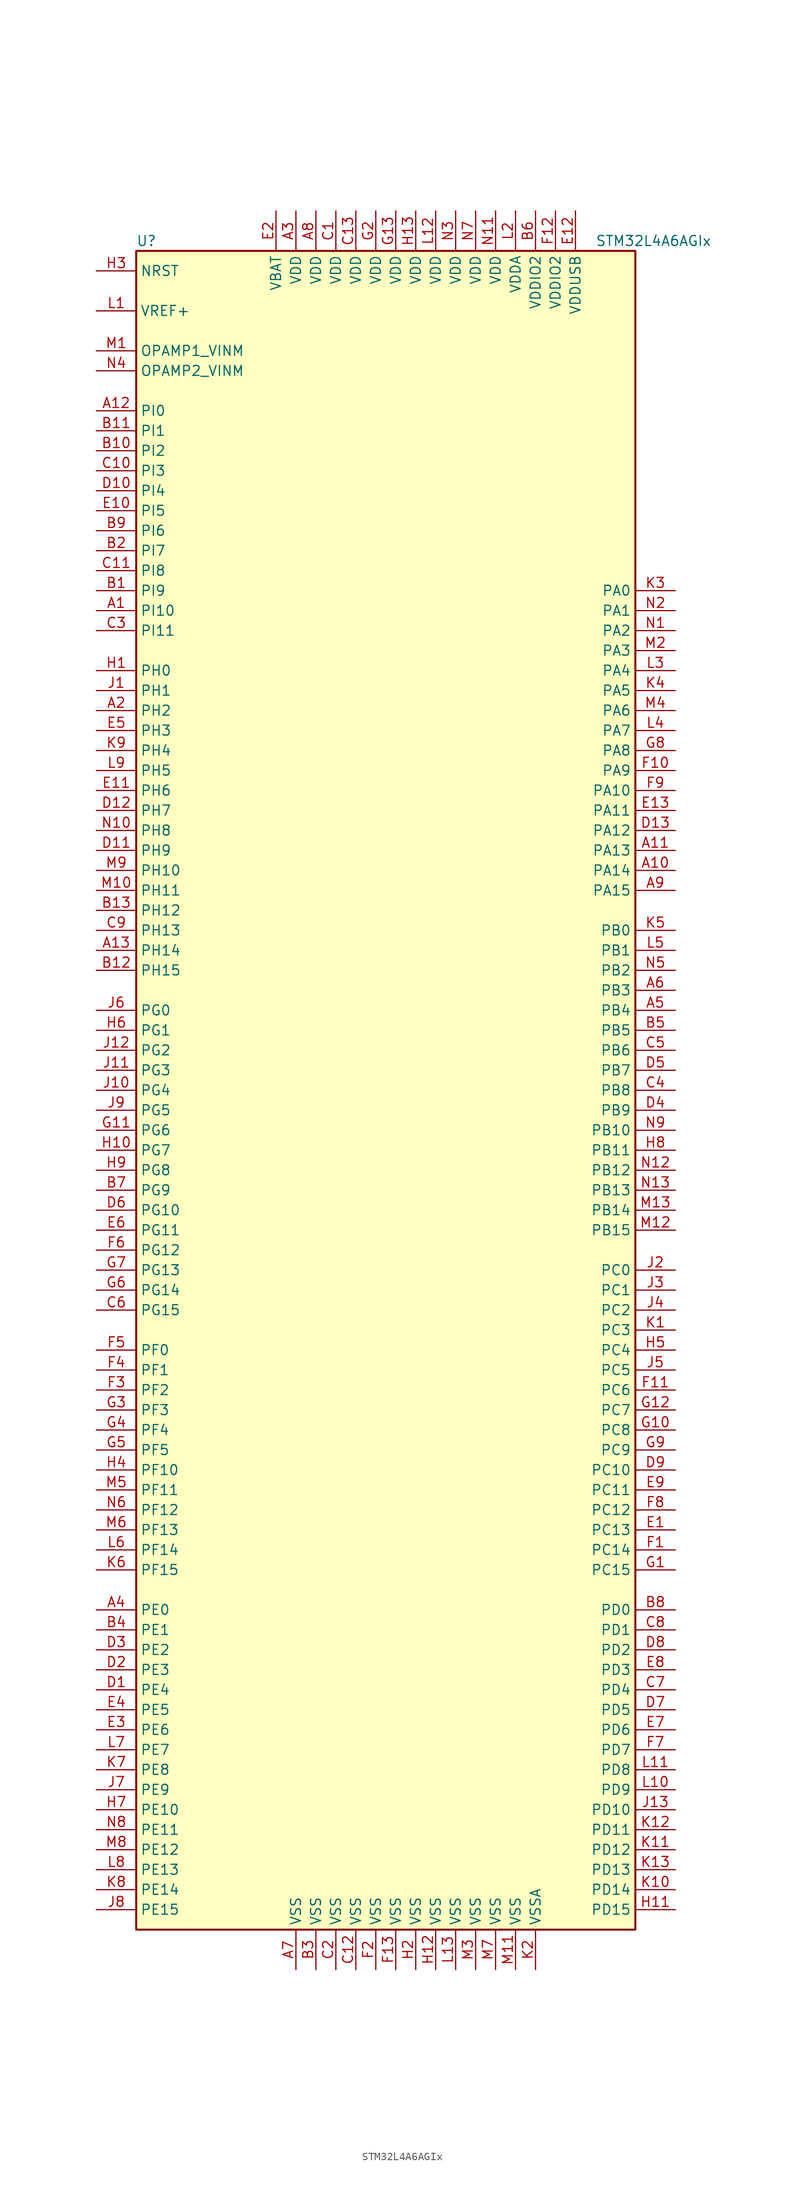
<source format=kicad_sym>
(kicad_symbol_lib
  (version 20201005)
  (generator kicad_symbol_editor)
  (symbol "MCU_ST_STM32L4:STM32L4A6AGIx"
    (property "Reference" "U"
      (at -33.02 107.95 0)
      (effects (font (size 1.27 1.27)) (justify left)))
    (property "Value" "STM32L4A6AGIx"
      (at 25.4 107.95 0)
      (effects (font (size 1.27 1.27)) (justify left)))
    (symbol "STM32L4A6AGIx_0_1"
      (rectangle (start -33.02 -106.68) (end 30.48 106.68) (stroke (width 0.254)) (fill (type background))))
    (symbol "STM32L4A6AGIx_1_1"
      (pin bidirectional line (at -38.1 60.96 0) (length 5.08) (name "PI10" (effects (font (size 1.27 1.27)))) (number "A1" (effects (font (size 1.27 1.27)))))
      (pin bidirectional line (at 35.56 27.94 180) (length 5.08) (name "PA14" (effects (font (size 1.27 1.27)))) (number "A10" (effects (font (size 1.27 1.27)))))
      (pin bidirectional line (at 35.56 30.48 180) (length 5.08) (name "PA13" (effects (font (size 1.27 1.27)))) (number "A11" (effects (font (size 1.27 1.27)))))
      (pin bidirectional line (at -38.1 86.36 0) (length 5.08) (name "PI0" (effects (font (size 1.27 1.27)))) (number "A12" (effects (font (size 1.27 1.27)))))
      (pin bidirectional line (at -38.1 17.78 0) (length 5.08) (name "PH14" (effects (font (size 1.27 1.27)))) (number "A13" (effects (font (size 1.27 1.27)))))
      (pin bidirectional line (at -38.1 48.26 0) (length 5.08) (name "PH2" (effects (font (size 1.27 1.27)))) (number "A2" (effects (font (size 1.27 1.27)))))
      (pin power_in line (at -12.7 111.76 270) (length 5.08) (name "VDD" (effects (font (size 1.27 1.27)))) (number "A3" (effects (font (size 1.27 1.27)))))
      (pin bidirectional line (at -38.1 -66.04 0) (length 5.08) (name "PE0" (effects (font (size 1.27 1.27)))) (number "A4" (effects (font (size 1.27 1.27)))))
      (pin bidirectional line (at 35.56 10.16 180) (length 5.08) (name "PB4" (effects (font (size 1.27 1.27)))) (number "A5" (effects (font (size 1.27 1.27)))))
      (pin bidirectional line (at 35.56 12.7 180) (length 5.08) (name "PB3" (effects (font (size 1.27 1.27)))) (number "A6" (effects (font (size 1.27 1.27)))))
      (pin power_in line (at -12.7 -111.76 90) (length 5.08) (name "VSS" (effects (font (size 1.27 1.27)))) (number "A7" (effects (font (size 1.27 1.27)))))
      (pin power_in line (at -10.16 111.76 270) (length 5.08) (name "VDD" (effects (font (size 1.27 1.27)))) (number "A8" (effects (font (size 1.27 1.27)))))
      (pin bidirectional line (at 35.56 25.4 180) (length 5.08) (name "PA15" (effects (font (size 1.27 1.27)))) (number "A9" (effects (font (size 1.27 1.27)))))
      (pin bidirectional line (at -38.1 63.5 0) (length 5.08) (name "PI9" (effects (font (size 1.27 1.27)))) (number "B1" (effects (font (size 1.27 1.27)))))
      (pin bidirectional line (at -38.1 81.28 0) (length 5.08) (name "PI2" (effects (font (size 1.27 1.27)))) (number "B10" (effects (font (size 1.27 1.27)))))
      (pin bidirectional line (at -38.1 83.82 0) (length 5.08) (name "PI1" (effects (font (size 1.27 1.27)))) (number "B11" (effects (font (size 1.27 1.27)))))
      (pin bidirectional line (at -38.1 15.24 0) (length 5.08) (name "PH15" (effects (font (size 1.27 1.27)))) (number "B12" (effects (font (size 1.27 1.27)))))
      (pin bidirectional line (at -38.1 22.86 0) (length 5.08) (name "PH12" (effects (font (size 1.27 1.27)))) (number "B13" (effects (font (size 1.27 1.27)))))
      (pin bidirectional line (at -38.1 68.58 0) (length 5.08) (name "PI7" (effects (font (size 1.27 1.27)))) (number "B2" (effects (font (size 1.27 1.27)))))
      (pin power_in line (at -10.16 -111.76 90) (length 5.08) (name "VSS" (effects (font (size 1.27 1.27)))) (number "B3" (effects (font (size 1.27 1.27)))))
      (pin bidirectional line (at -38.1 -68.58 0) (length 5.08) (name "PE1" (effects (font (size 1.27 1.27)))) (number "B4" (effects (font (size 1.27 1.27)))))
      (pin bidirectional line (at 35.56 7.62 180) (length 5.08) (name "PB5" (effects (font (size 1.27 1.27)))) (number "B5" (effects (font (size 1.27 1.27)))))
      (pin power_in line (at 17.78 111.76 270) (length 5.08) (name "VDDIO2" (effects (font (size 1.27 1.27)))) (number "B6" (effects (font (size 1.27 1.27)))))
      (pin bidirectional line (at -38.1 -12.7 0) (length 5.08) (name "PG9" (effects (font (size 1.27 1.27)))) (number "B7" (effects (font (size 1.27 1.27)))))
      (pin bidirectional line (at 35.56 -66.04 180) (length 5.08) (name "PD0" (effects (font (size 1.27 1.27)))) (number "B8" (effects (font (size 1.27 1.27)))))
      (pin bidirectional line (at -38.1 71.12 0) (length 5.08) (name "PI6" (effects (font (size 1.27 1.27)))) (number "B9" (effects (font (size 1.27 1.27)))))
      (pin power_in line (at -7.62 111.76 270) (length 5.08) (name "VDD" (effects (font (size 1.27 1.27)))) (number "C1" (effects (font (size 1.27 1.27)))))
      (pin bidirectional line (at -38.1 78.74 0) (length 5.08) (name "PI3" (effects (font (size 1.27 1.27)))) (number "C10" (effects (font (size 1.27 1.27)))))
      (pin bidirectional line (at -38.1 66.04 0) (length 5.08) (name "PI8" (effects (font (size 1.27 1.27)))) (number "C11" (effects (font (size 1.27 1.27)))))
      (pin power_in line (at -5.08 -111.76 90) (length 5.08) (name "VSS" (effects (font (size 1.27 1.27)))) (number "C12" (effects (font (size 1.27 1.27)))))
      (pin power_in line (at -5.08 111.76 270) (length 5.08) (name "VDD" (effects (font (size 1.27 1.27)))) (number "C13" (effects (font (size 1.27 1.27)))))
      (pin power_in line (at -7.62 -111.76 90) (length 5.08) (name "VSS" (effects (font (size 1.27 1.27)))) (number "C2" (effects (font (size 1.27 1.27)))))
      (pin bidirectional line (at -38.1 58.42 0) (length 5.08) (name "PI11" (effects (font (size 1.27 1.27)))) (number "C3" (effects (font (size 1.27 1.27)))))
      (pin bidirectional line (at 35.56 0 180) (length 5.08) (name "PB8" (effects (font (size 1.27 1.27)))) (number "C4" (effects (font (size 1.27 1.27)))))
      (pin bidirectional line (at 35.56 5.08 180) (length 5.08) (name "PB6" (effects (font (size 1.27 1.27)))) (number "C5" (effects (font (size 1.27 1.27)))))
      (pin bidirectional line (at -38.1 -27.94 0) (length 5.08) (name "PG15" (effects (font (size 1.27 1.27)))) (number "C6" (effects (font (size 1.27 1.27)))))
      (pin bidirectional line (at 35.56 -76.2 180) (length 5.08) (name "PD4" (effects (font (size 1.27 1.27)))) (number "C7" (effects (font (size 1.27 1.27)))))
      (pin bidirectional line (at 35.56 -68.58 180) (length 5.08) (name "PD1" (effects (font (size 1.27 1.27)))) (number "C8" (effects (font (size 1.27 1.27)))))
      (pin bidirectional line (at -38.1 20.32 0) (length 5.08) (name "PH13" (effects (font (size 1.27 1.27)))) (number "C9" (effects (font (size 1.27 1.27)))))
      (pin bidirectional line (at -38.1 -76.2 0) (length 5.08) (name "PE4" (effects (font (size 1.27 1.27)))) (number "D1" (effects (font (size 1.27 1.27)))))
      (pin bidirectional line (at -38.1 76.2 0) (length 5.08) (name "PI4" (effects (font (size 1.27 1.27)))) (number "D10" (effects (font (size 1.27 1.27)))))
      (pin bidirectional line (at -38.1 30.48 0) (length 5.08) (name "PH9" (effects (font (size 1.27 1.27)))) (number "D11" (effects (font (size 1.27 1.27)))))
      (pin bidirectional line (at -38.1 35.56 0) (length 5.08) (name "PH7" (effects (font (size 1.27 1.27)))) (number "D12" (effects (font (size 1.27 1.27)))))
      (pin bidirectional line (at 35.56 33.02 180) (length 5.08) (name "PA12" (effects (font (size 1.27 1.27)))) (number "D13" (effects (font (size 1.27 1.27)))))
      (pin bidirectional line (at -38.1 -73.66 0) (length 5.08) (name "PE3" (effects (font (size 1.27 1.27)))) (number "D2" (effects (font (size 1.27 1.27)))))
      (pin bidirectional line (at -38.1 -71.12 0) (length 5.08) (name "PE2" (effects (font (size 1.27 1.27)))) (number "D3" (effects (font (size 1.27 1.27)))))
      (pin bidirectional line (at 35.56 -2.54 180) (length 5.08) (name "PB9" (effects (font (size 1.27 1.27)))) (number "D4" (effects (font (size 1.27 1.27)))))
      (pin bidirectional line (at 35.56 2.54 180) (length 5.08) (name "PB7" (effects (font (size 1.27 1.27)))) (number "D5" (effects (font (size 1.27 1.27)))))
      (pin bidirectional line (at -38.1 -15.24 0) (length 5.08) (name "PG10" (effects (font (size 1.27 1.27)))) (number "D6" (effects (font (size 1.27 1.27)))))
      (pin bidirectional line (at 35.56 -78.74 180) (length 5.08) (name "PD5" (effects (font (size 1.27 1.27)))) (number "D7" (effects (font (size 1.27 1.27)))))
      (pin bidirectional line (at 35.56 -71.12 180) (length 5.08) (name "PD2" (effects (font (size 1.27 1.27)))) (number "D8" (effects (font (size 1.27 1.27)))))
      (pin bidirectional line (at 35.56 -48.26 180) (length 5.08) (name "PC10" (effects (font (size 1.27 1.27)))) (number "D9" (effects (font (size 1.27 1.27)))))
      (pin bidirectional line (at 35.56 -55.88 180) (length 5.08) (name "PC13" (effects (font (size 1.27 1.27)))) (number "E1" (effects (font (size 1.27 1.27)))))
      (pin bidirectional line (at -38.1 73.66 0) (length 5.08) (name "PI5" (effects (font (size 1.27 1.27)))) (number "E10" (effects (font (size 1.27 1.27)))))
      (pin bidirectional line (at -38.1 38.1 0) (length 5.08) (name "PH6" (effects (font (size 1.27 1.27)))) (number "E11" (effects (font (size 1.27 1.27)))))
      (pin power_in line (at 22.86 111.76 270) (length 5.08) (name "VDDUSB" (effects (font (size 1.27 1.27)))) (number "E12" (effects (font (size 1.27 1.27)))))
      (pin bidirectional line (at 35.56 35.56 180) (length 5.08) (name "PA11" (effects (font (size 1.27 1.27)))) (number "E13" (effects (font (size 1.27 1.27)))))
      (pin power_in line (at -15.24 111.76 270) (length 5.08) (name "VBAT" (effects (font (size 1.27 1.27)))) (number "E2" (effects (font (size 1.27 1.27)))))
      (pin bidirectional line (at -38.1 -81.28 0) (length 5.08) (name "PE6" (effects (font (size 1.27 1.27)))) (number "E3" (effects (font (size 1.27 1.27)))))
      (pin bidirectional line (at -38.1 -78.74 0) (length 5.08) (name "PE5" (effects (font (size 1.27 1.27)))) (number "E4" (effects (font (size 1.27 1.27)))))
      (pin bidirectional line (at -38.1 45.72 0) (length 5.08) (name "PH3" (effects (font (size 1.27 1.27)))) (number "E5" (effects (font (size 1.27 1.27)))))
      (pin bidirectional line (at -38.1 -17.78 0) (length 5.08) (name "PG11" (effects (font (size 1.27 1.27)))) (number "E6" (effects (font (size 1.27 1.27)))))
      (pin bidirectional line (at 35.56 -81.28 180) (length 5.08) (name "PD6" (effects (font (size 1.27 1.27)))) (number "E7" (effects (font (size 1.27 1.27)))))
      (pin bidirectional line (at 35.56 -73.66 180) (length 5.08) (name "PD3" (effects (font (size 1.27 1.27)))) (number "E8" (effects (font (size 1.27 1.27)))))
      (pin bidirectional line (at 35.56 -50.8 180) (length 5.08) (name "PC11" (effects (font (size 1.27 1.27)))) (number "E9" (effects (font (size 1.27 1.27)))))
      (pin bidirectional line (at 35.56 -58.42 180) (length 5.08) (name "PC14" (effects (font (size 1.27 1.27)))) (number "F1" (effects (font (size 1.27 1.27)))))
      (pin bidirectional line (at 35.56 40.64 180) (length 5.08) (name "PA9" (effects (font (size 1.27 1.27)))) (number "F10" (effects (font (size 1.27 1.27)))))
      (pin bidirectional line (at 35.56 -38.1 180) (length 5.08) (name "PC6" (effects (font (size 1.27 1.27)))) (number "F11" (effects (font (size 1.27 1.27)))))
      (pin power_in line (at 20.32 111.76 270) (length 5.08) (name "VDDIO2" (effects (font (size 1.27 1.27)))) (number "F12" (effects (font (size 1.27 1.27)))))
      (pin power_in line (at 0 -111.76 90) (length 5.08) (name "VSS" (effects (font (size 1.27 1.27)))) (number "F13" (effects (font (size 1.27 1.27)))))
      (pin power_in line (at -2.54 -111.76 90) (length 5.08) (name "VSS" (effects (font (size 1.27 1.27)))) (number "F2" (effects (font (size 1.27 1.27)))))
      (pin bidirectional line (at -38.1 -38.1 0) (length 5.08) (name "PF2" (effects (font (size 1.27 1.27)))) (number "F3" (effects (font (size 1.27 1.27)))))
      (pin bidirectional line (at -38.1 -35.56 0) (length 5.08) (name "PF1" (effects (font (size 1.27 1.27)))) (number "F4" (effects (font (size 1.27 1.27)))))
      (pin bidirectional line (at -38.1 -33.02 0) (length 5.08) (name "PF0" (effects (font (size 1.27 1.27)))) (number "F5" (effects (font (size 1.27 1.27)))))
      (pin bidirectional line (at -38.1 -20.32 0) (length 5.08) (name "PG12" (effects (font (size 1.27 1.27)))) (number "F6" (effects (font (size 1.27 1.27)))))
      (pin bidirectional line (at 35.56 -83.82 180) (length 5.08) (name "PD7" (effects (font (size 1.27 1.27)))) (number "F7" (effects (font (size 1.27 1.27)))))
      (pin bidirectional line (at 35.56 -53.34 180) (length 5.08) (name "PC12" (effects (font (size 1.27 1.27)))) (number "F8" (effects (font (size 1.27 1.27)))))
      (pin bidirectional line (at 35.56 38.1 180) (length 5.08) (name "PA10" (effects (font (size 1.27 1.27)))) (number "F9" (effects (font (size 1.27 1.27)))))
      (pin bidirectional line (at 35.56 -60.96 180) (length 5.08) (name "PC15" (effects (font (size 1.27 1.27)))) (number "G1" (effects (font (size 1.27 1.27)))))
      (pin bidirectional line (at 35.56 -43.18 180) (length 5.08) (name "PC8" (effects (font (size 1.27 1.27)))) (number "G10" (effects (font (size 1.27 1.27)))))
      (pin bidirectional line (at -38.1 -5.08 0) (length 5.08) (name "PG6" (effects (font (size 1.27 1.27)))) (number "G11" (effects (font (size 1.27 1.27)))))
      (pin bidirectional line (at 35.56 -40.64 180) (length 5.08) (name "PC7" (effects (font (size 1.27 1.27)))) (number "G12" (effects (font (size 1.27 1.27)))))
      (pin power_in line (at 0 111.76 270) (length 5.08) (name "VDD" (effects (font (size 1.27 1.27)))) (number "G13" (effects (font (size 1.27 1.27)))))
      (pin power_in line (at -2.54 111.76 270) (length 5.08) (name "VDD" (effects (font (size 1.27 1.27)))) (number "G2" (effects (font (size 1.27 1.27)))))
      (pin bidirectional line (at -38.1 -40.64 0) (length 5.08) (name "PF3" (effects (font (size 1.27 1.27)))) (number "G3" (effects (font (size 1.27 1.27)))))
      (pin bidirectional line (at -38.1 -43.18 0) (length 5.08) (name "PF4" (effects (font (size 1.27 1.27)))) (number "G4" (effects (font (size 1.27 1.27)))))
      (pin bidirectional line (at -38.1 -45.72 0) (length 5.08) (name "PF5" (effects (font (size 1.27 1.27)))) (number "G5" (effects (font (size 1.27 1.27)))))
      (pin bidirectional line (at -38.1 -25.4 0) (length 5.08) (name "PG14" (effects (font (size 1.27 1.27)))) (number "G6" (effects (font (size 1.27 1.27)))))
      (pin bidirectional line (at -38.1 -22.86 0) (length 5.08) (name "PG13" (effects (font (size 1.27 1.27)))) (number "G7" (effects (font (size 1.27 1.27)))))
      (pin bidirectional line (at 35.56 43.18 180) (length 5.08) (name "PA8" (effects (font (size 1.27 1.27)))) (number "G8" (effects (font (size 1.27 1.27)))))
      (pin bidirectional line (at 35.56 -45.72 180) (length 5.08) (name "PC9" (effects (font (size 1.27 1.27)))) (number "G9" (effects (font (size 1.27 1.27)))))
      (pin input line (at -38.1 53.34 0) (length 5.08) (name "PH0" (effects (font (size 1.27 1.27)))) (number "H1" (effects (font (size 1.27 1.27)))))
      (pin bidirectional line (at -38.1 -7.62 0) (length 5.08) (name "PG7" (effects (font (size 1.27 1.27)))) (number "H10" (effects (font (size 1.27 1.27)))))
      (pin bidirectional line (at 35.56 -104.14 180) (length 5.08) (name "PD15" (effects (font (size 1.27 1.27)))) (number "H11" (effects (font (size 1.27 1.27)))))
      (pin power_in line (at 5.08 -111.76 90) (length 5.08) (name "VSS" (effects (font (size 1.27 1.27)))) (number "H12" (effects (font (size 1.27 1.27)))))
      (pin power_in line (at 2.54 111.76 270) (length 5.08) (name "VDD" (effects (font (size 1.27 1.27)))) (number "H13" (effects (font (size 1.27 1.27)))))
      (pin power_in line (at 2.54 -111.76 90) (length 5.08) (name "VSS" (effects (font (size 1.27 1.27)))) (number "H2" (effects (font (size 1.27 1.27)))))
      (pin input line (at -38.1 104.14 0) (length 5.08) (name "NRST" (effects (font (size 1.27 1.27)))) (number "H3" (effects (font (size 1.27 1.27)))))
      (pin bidirectional line (at -38.1 -48.26 0) (length 5.08) (name "PF10" (effects (font (size 1.27 1.27)))) (number "H4" (effects (font (size 1.27 1.27)))))
      (pin bidirectional line (at 35.56 -33.02 180) (length 5.08) (name "PC4" (effects (font (size 1.27 1.27)))) (number "H5" (effects (font (size 1.27 1.27)))))
      (pin bidirectional line (at -38.1 7.62 0) (length 5.08) (name "PG1" (effects (font (size 1.27 1.27)))) (number "H6" (effects (font (size 1.27 1.27)))))
      (pin bidirectional line (at -38.1 -91.44 0) (length 5.08) (name "PE10" (effects (font (size 1.27 1.27)))) (number "H7" (effects (font (size 1.27 1.27)))))
      (pin bidirectional line (at 35.56 -7.62 180) (length 5.08) (name "PB11" (effects (font (size 1.27 1.27)))) (number "H8" (effects (font (size 1.27 1.27)))))
      (pin bidirectional line (at -38.1 -10.16 0) (length 5.08) (name "PG8" (effects (font (size 1.27 1.27)))) (number "H9" (effects (font (size 1.27 1.27)))))
      (pin input line (at -38.1 50.8 0) (length 5.08) (name "PH1" (effects (font (size 1.27 1.27)))) (number "J1" (effects (font (size 1.27 1.27)))))
      (pin bidirectional line (at -38.1 0 0) (length 5.08) (name "PG4" (effects (font (size 1.27 1.27)))) (number "J10" (effects (font (size 1.27 1.27)))))
      (pin bidirectional line (at -38.1 2.54 0) (length 5.08) (name "PG3" (effects (font (size 1.27 1.27)))) (number "J11" (effects (font (size 1.27 1.27)))))
      (pin bidirectional line (at -38.1 5.08 0) (length 5.08) (name "PG2" (effects (font (size 1.27 1.27)))) (number "J12" (effects (font (size 1.27 1.27)))))
      (pin bidirectional line (at 35.56 -91.44 180) (length 5.08) (name "PD10" (effects (font (size 1.27 1.27)))) (number "J13" (effects (font (size 1.27 1.27)))))
      (pin bidirectional line (at 35.56 -22.86 180) (length 5.08) (name "PC0" (effects (font (size 1.27 1.27)))) (number "J2" (effects (font (size 1.27 1.27)))))
      (pin bidirectional line (at 35.56 -25.4 180) (length 5.08) (name "PC1" (effects (font (size 1.27 1.27)))) (number "J3" (effects (font (size 1.27 1.27)))))
      (pin bidirectional line (at 35.56 -27.94 180) (length 5.08) (name "PC2" (effects (font (size 1.27 1.27)))) (number "J4" (effects (font (size 1.27 1.27)))))
      (pin bidirectional line (at 35.56 -35.56 180) (length 5.08) (name "PC5" (effects (font (size 1.27 1.27)))) (number "J5" (effects (font (size 1.27 1.27)))))
      (pin bidirectional line (at -38.1 10.16 0) (length 5.08) (name "PG0" (effects (font (size 1.27 1.27)))) (number "J6" (effects (font (size 1.27 1.27)))))
      (pin bidirectional line (at -38.1 -88.9 0) (length 5.08) (name "PE9" (effects (font (size 1.27 1.27)))) (number "J7" (effects (font (size 1.27 1.27)))))
      (pin bidirectional line (at -38.1 -104.14 0) (length 5.08) (name "PE15" (effects (font (size 1.27 1.27)))) (number "J8" (effects (font (size 1.27 1.27)))))
      (pin bidirectional line (at -38.1 -2.54 0) (length 5.08) (name "PG5" (effects (font (size 1.27 1.27)))) (number "J9" (effects (font (size 1.27 1.27)))))
      (pin bidirectional line (at 35.56 -30.48 180) (length 5.08) (name "PC3" (effects (font (size 1.27 1.27)))) (number "K1" (effects (font (size 1.27 1.27)))))
      (pin bidirectional line (at 35.56 -101.6 180) (length 5.08) (name "PD14" (effects (font (size 1.27 1.27)))) (number "K10" (effects (font (size 1.27 1.27)))))
      (pin bidirectional line (at 35.56 -96.52 180) (length 5.08) (name "PD12" (effects (font (size 1.27 1.27)))) (number "K11" (effects (font (size 1.27 1.27)))))
      (pin bidirectional line (at 35.56 -93.98 180) (length 5.08) (name "PD11" (effects (font (size 1.27 1.27)))) (number "K12" (effects (font (size 1.27 1.27)))))
      (pin bidirectional line (at 35.56 -99.06 180) (length 5.08) (name "PD13" (effects (font (size 1.27 1.27)))) (number "K13" (effects (font (size 1.27 1.27)))))
      (pin power_in line (at 17.78 -111.76 90) (length 5.08) (name "VSSA" (effects (font (size 1.27 1.27)))) (number "K2" (effects (font (size 1.27 1.27)))))
      (pin bidirectional line (at 35.56 63.5 180) (length 5.08) (name "PA0" (effects (font (size 1.27 1.27)))) (number "K3" (effects (font (size 1.27 1.27)))))
      (pin bidirectional line (at 35.56 50.8 180) (length 5.08) (name "PA5" (effects (font (size 1.27 1.27)))) (number "K4" (effects (font (size 1.27 1.27)))))
      (pin bidirectional line (at 35.56 20.32 180) (length 5.08) (name "PB0" (effects (font (size 1.27 1.27)))) (number "K5" (effects (font (size 1.27 1.27)))))
      (pin bidirectional line (at -38.1 -60.96 0) (length 5.08) (name "PF15" (effects (font (size 1.27 1.27)))) (number "K6" (effects (font (size 1.27 1.27)))))
      (pin bidirectional line (at -38.1 -86.36 0) (length 5.08) (name "PE8" (effects (font (size 1.27 1.27)))) (number "K7" (effects (font (size 1.27 1.27)))))
      (pin bidirectional line (at -38.1 -101.6 0) (length 5.08) (name "PE14" (effects (font (size 1.27 1.27)))) (number "K8" (effects (font (size 1.27 1.27)))))
      (pin bidirectional line (at -38.1 43.18 0) (length 5.08) (name "PH4" (effects (font (size 1.27 1.27)))) (number "K9" (effects (font (size 1.27 1.27)))))
      (pin bidirectional line (at -38.1 99.06 0) (length 5.08) (name "VREF+" (effects (font (size 1.27 1.27)))) (number "L1" (effects (font (size 1.27 1.27)))))
      (pin bidirectional line (at 35.56 -88.9 180) (length 5.08) (name "PD9" (effects (font (size 1.27 1.27)))) (number "L10" (effects (font (size 1.27 1.27)))))
      (pin bidirectional line (at 35.56 -86.36 180) (length 5.08) (name "PD8" (effects (font (size 1.27 1.27)))) (number "L11" (effects (font (size 1.27 1.27)))))
      (pin power_in line (at 5.08 111.76 270) (length 5.08) (name "VDD" (effects (font (size 1.27 1.27)))) (number "L12" (effects (font (size 1.27 1.27)))))
      (pin power_in line (at 7.62 -111.76 90) (length 5.08) (name "VSS" (effects (font (size 1.27 1.27)))) (number "L13" (effects (font (size 1.27 1.27)))))
      (pin power_in line (at 15.24 111.76 270) (length 5.08) (name "VDDA" (effects (font (size 1.27 1.27)))) (number "L2" (effects (font (size 1.27 1.27)))))
      (pin bidirectional line (at 35.56 53.34 180) (length 5.08) (name "PA4" (effects (font (size 1.27 1.27)))) (number "L3" (effects (font (size 1.27 1.27)))))
      (pin bidirectional line (at 35.56 45.72 180) (length 5.08) (name "PA7" (effects (font (size 1.27 1.27)))) (number "L4" (effects (font (size 1.27 1.27)))))
      (pin bidirectional line (at 35.56 17.78 180) (length 5.08) (name "PB1" (effects (font (size 1.27 1.27)))) (number "L5" (effects (font (size 1.27 1.27)))))
      (pin bidirectional line (at -38.1 -58.42 0) (length 5.08) (name "PF14" (effects (font (size 1.27 1.27)))) (number "L6" (effects (font (size 1.27 1.27)))))
      (pin bidirectional line (at -38.1 -83.82 0) (length 5.08) (name "PE7" (effects (font (size 1.27 1.27)))) (number "L7" (effects (font (size 1.27 1.27)))))
      (pin bidirectional line (at -38.1 -99.06 0) (length 5.08) (name "PE13" (effects (font (size 1.27 1.27)))) (number "L8" (effects (font (size 1.27 1.27)))))
      (pin bidirectional line (at -38.1 40.64 0) (length 5.08) (name "PH5" (effects (font (size 1.27 1.27)))) (number "L9" (effects (font (size 1.27 1.27)))))
      (pin bidirectional line (at -38.1 93.98 0) (length 5.08) (name "OPAMP1_VINM" (effects (font (size 1.27 1.27)))) (number "M1" (effects (font (size 1.27 1.27)))))
      (pin bidirectional line (at -38.1 25.4 0) (length 5.08) (name "PH11" (effects (font (size 1.27 1.27)))) (number "M10" (effects (font (size 1.27 1.27)))))
      (pin power_in line (at 15.24 -111.76 90) (length 5.08) (name "VSS" (effects (font (size 1.27 1.27)))) (number "M11" (effects (font (size 1.27 1.27)))))
      (pin bidirectional line (at 35.56 -17.78 180) (length 5.08) (name "PB15" (effects (font (size 1.27 1.27)))) (number "M12" (effects (font (size 1.27 1.27)))))
      (pin bidirectional line (at 35.56 -15.24 180) (length 5.08) (name "PB14" (effects (font (size 1.27 1.27)))) (number "M13" (effects (font (size 1.27 1.27)))))
      (pin bidirectional line (at 35.56 55.88 180) (length 5.08) (name "PA3" (effects (font (size 1.27 1.27)))) (number "M2" (effects (font (size 1.27 1.27)))))
      (pin power_in line (at 10.16 -111.76 90) (length 5.08) (name "VSS" (effects (font (size 1.27 1.27)))) (number "M3" (effects (font (size 1.27 1.27)))))
      (pin bidirectional line (at 35.56 48.26 180) (length 5.08) (name "PA6" (effects (font (size 1.27 1.27)))) (number "M4" (effects (font (size 1.27 1.27)))))
      (pin bidirectional line (at -38.1 -50.8 0) (length 5.08) (name "PF11" (effects (font (size 1.27 1.27)))) (number "M5" (effects (font (size 1.27 1.27)))))
      (pin bidirectional line (at -38.1 -55.88 0) (length 5.08) (name "PF13" (effects (font (size 1.27 1.27)))) (number "M6" (effects (font (size 1.27 1.27)))))
      (pin power_in line (at 12.7 -111.76 90) (length 5.08) (name "VSS" (effects (font (size 1.27 1.27)))) (number "M7" (effects (font (size 1.27 1.27)))))
      (pin bidirectional line (at -38.1 -96.52 0) (length 5.08) (name "PE12" (effects (font (size 1.27 1.27)))) (number "M8" (effects (font (size 1.27 1.27)))))
      (pin bidirectional line (at -38.1 27.94 0) (length 5.08) (name "PH10" (effects (font (size 1.27 1.27)))) (number "M9" (effects (font (size 1.27 1.27)))))
      (pin bidirectional line (at 35.56 58.42 180) (length 5.08) (name "PA2" (effects (font (size 1.27 1.27)))) (number "N1" (effects (font (size 1.27 1.27)))))
      (pin bidirectional line (at -38.1 33.02 0) (length 5.08) (name "PH8" (effects (font (size 1.27 1.27)))) (number "N10" (effects (font (size 1.27 1.27)))))
      (pin power_in line (at 12.7 111.76 270) (length 5.08) (name "VDD" (effects (font (size 1.27 1.27)))) (number "N11" (effects (font (size 1.27 1.27)))))
      (pin bidirectional line (at 35.56 -10.16 180) (length 5.08) (name "PB12" (effects (font (size 1.27 1.27)))) (number "N12" (effects (font (size 1.27 1.27)))))
      (pin bidirectional line (at 35.56 -12.7 180) (length 5.08) (name "PB13" (effects (font (size 1.27 1.27)))) (number "N13" (effects (font (size 1.27 1.27)))))
      (pin bidirectional line (at 35.56 60.96 180) (length 5.08) (name "PA1" (effects (font (size 1.27 1.27)))) (number "N2" (effects (font (size 1.27 1.27)))))
      (pin power_in line (at 7.62 111.76 270) (length 5.08) (name "VDD" (effects (font (size 1.27 1.27)))) (number "N3" (effects (font (size 1.27 1.27)))))
      (pin bidirectional line (at -38.1 91.44 0) (length 5.08) (name "OPAMP2_VINM" (effects (font (size 1.27 1.27)))) (number "N4" (effects (font (size 1.27 1.27)))))
      (pin bidirectional line (at 35.56 15.24 180) (length 5.08) (name "PB2" (effects (font (size 1.27 1.27)))) (number "N5" (effects (font (size 1.27 1.27)))))
      (pin bidirectional line (at -38.1 -53.34 0) (length 5.08) (name "PF12" (effects (font (size 1.27 1.27)))) (number "N6" (effects (font (size 1.27 1.27)))))
      (pin power_in line (at 10.16 111.76 270) (length 5.08) (name "VDD" (effects (font (size 1.27 1.27)))) (number "N7" (effects (font (size 1.27 1.27)))))
      (pin bidirectional line (at -38.1 -93.98 0) (length 5.08) (name "PE11" (effects (font (size 1.27 1.27)))) (number "N8" (effects (font (size 1.27 1.27)))))
      (pin bidirectional line (at 35.56 -5.08 180) (length 5.08) (name "PB10" (effects (font (size 1.27 1.27)))) (number "N9" (effects (font (size 1.27 1.27))))))))
</source>
